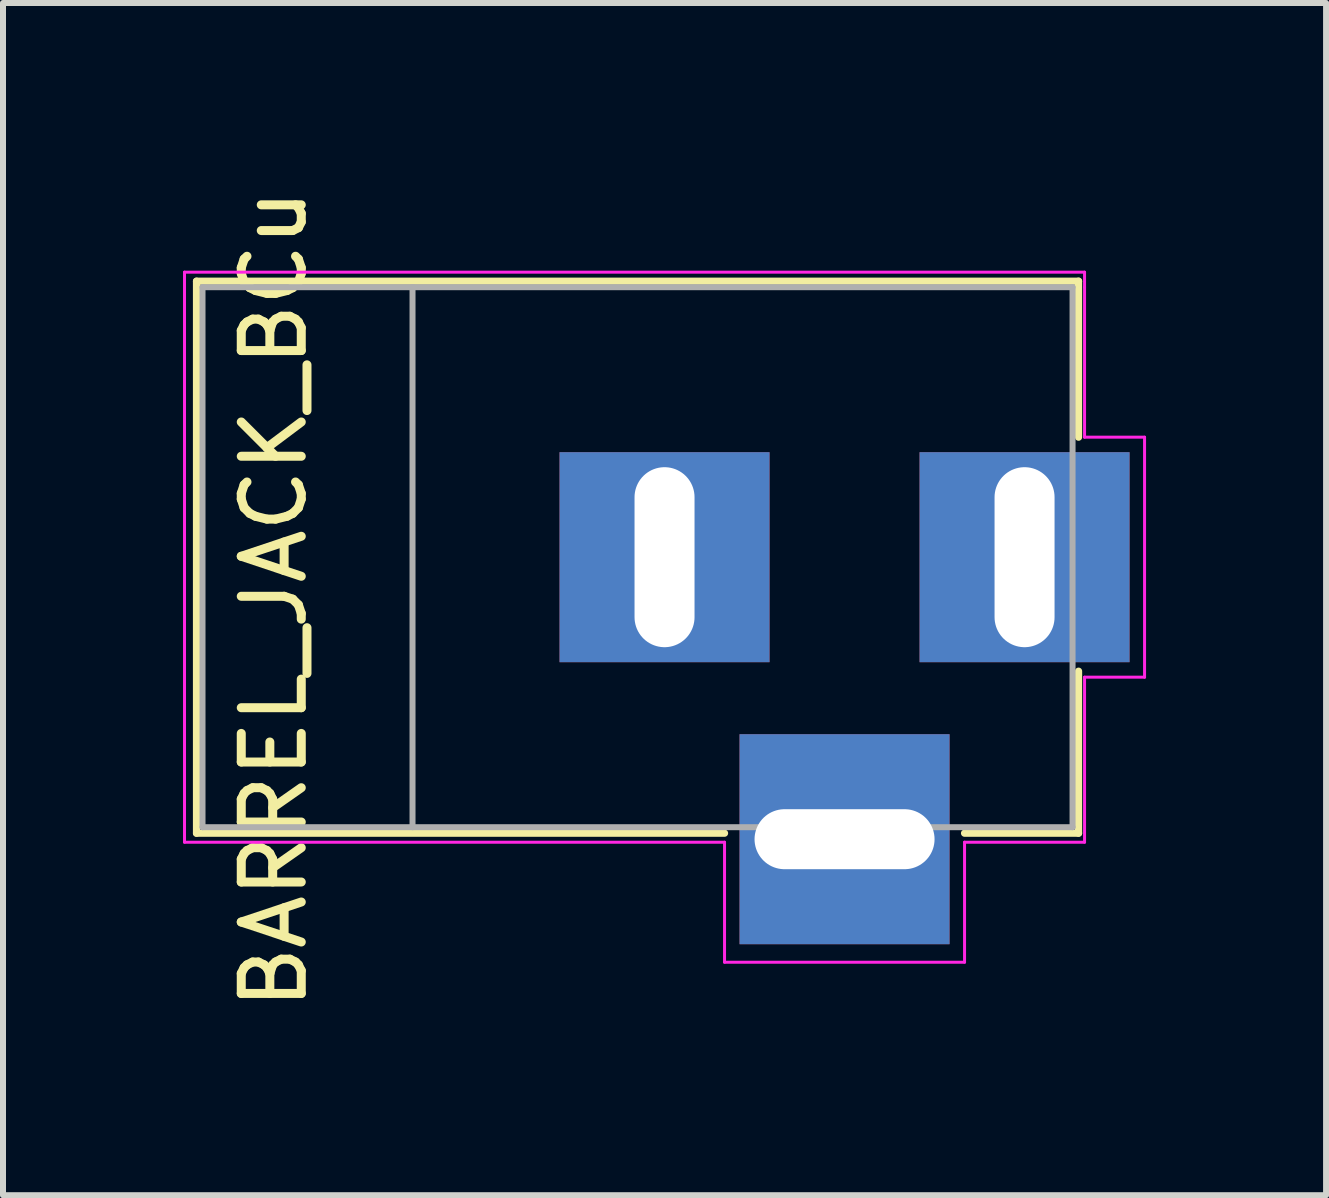
<source format=kicad_pcb>
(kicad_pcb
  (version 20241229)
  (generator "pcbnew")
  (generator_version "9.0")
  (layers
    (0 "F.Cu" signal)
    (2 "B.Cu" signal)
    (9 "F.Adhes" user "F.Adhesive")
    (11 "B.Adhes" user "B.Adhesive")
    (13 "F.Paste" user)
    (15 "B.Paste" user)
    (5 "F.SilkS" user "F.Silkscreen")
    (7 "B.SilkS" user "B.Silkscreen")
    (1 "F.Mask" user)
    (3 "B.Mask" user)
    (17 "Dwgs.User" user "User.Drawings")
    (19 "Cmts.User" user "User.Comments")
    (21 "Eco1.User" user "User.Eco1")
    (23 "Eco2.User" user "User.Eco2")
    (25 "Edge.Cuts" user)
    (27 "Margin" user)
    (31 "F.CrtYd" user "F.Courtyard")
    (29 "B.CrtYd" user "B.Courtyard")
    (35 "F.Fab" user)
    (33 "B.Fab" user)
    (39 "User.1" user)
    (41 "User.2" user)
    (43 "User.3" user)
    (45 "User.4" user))
  (footprint "BARREL_JACK_BCu"
    (layer "F.Cu")
    (at 14.025 6.236)
    (property "Reference" "BARREL_JACK_BCu" (at -12.509 0.699 270) (layer "F.SilkS") (effects (font (size 1 1) (thickness 0.15))))
    (attr through_hole)
    (fp_line (start -13.8 -4.6) (end 0.9 -4.6) (stroke (width 0.12) (type solid)) (layer "F.SilkS"))
    (fp_line (start -13.8 4.6) (end -13.8 -4.6) (stroke (width 0.12) (type solid)) (layer "F.SilkS"))
    (fp_line (start -5 4.6) (end -13.8 4.6) (stroke (width 0.12) (type solid)) (layer "F.SilkS"))
    (fp_line (start 0.9 -4.6) (end 0.9 -2) (stroke (width 0.12) (type solid)) (layer "F.SilkS"))
    (fp_line (start 0.9 1.9) (end 0.9 4.6) (stroke (width 0.12) (type solid)) (layer "F.SilkS"))
    (fp_line (start 0.9 4.6) (end -1 4.6) (stroke (width 0.12) (type solid)) (layer "F.SilkS"))
    (fp_line (start -14 4.75) (end -14 -4.75) (stroke (width 0.05) (type solid)) (layer "F.CrtYd"))
    (fp_line (start -5 4.75) (end -14 4.75) (stroke (width 0.05) (type solid)) (layer "F.CrtYd"))
    (fp_line (start -5 6.75) (end -5 4.75) (stroke (width 0.05) (type solid)) (layer "F.CrtYd"))
    (fp_line (start -1 4.75) (end -1 6.75) (stroke (width 0.05) (type solid)) (layer "F.CrtYd"))
    (fp_line (start -1 6.75) (end -5 6.75) (stroke (width 0.05) (type solid)) (layer "F.CrtYd"))
    (fp_line (start 1 -4.75) (end -14 -4.75) (stroke (width 0.05) (type solid)) (layer "F.CrtYd"))
    (fp_line (start 1 -4.5) (end 1 -4.75) (stroke (width 0.05) (type solid)) (layer "F.CrtYd"))
    (fp_line (start 1 -4.5) (end 1 -2) (stroke (width 0.05) (type solid)) (layer "F.CrtYd"))
    (fp_line (start 1 -2) (end 2 -2) (stroke (width 0.05) (type solid)) (layer "F.CrtYd"))
    (fp_line (start 1 2) (end 1 4.75) (stroke (width 0.05) (type solid)) (layer "F.CrtYd"))
    (fp_line (start 1 4.75) (end -1 4.75) (stroke (width 0.05) (type solid)) (layer "F.CrtYd"))
    (fp_line (start 2 -2) (end 2 2) (stroke (width 0.05) (type solid)) (layer "F.CrtYd"))
    (fp_line (start 2 2) (end 1 2) (stroke (width 0.05) (type solid)) (layer "F.CrtYd"))
    (fp_line (start -13.7 -4.5) (end -13.7 4.5) (stroke (width 0.1) (type solid)) (layer "F.Fab"))
    (fp_line (start -13.7 4.5) (end 0.8 4.5) (stroke (width 0.1) (type solid)) (layer "F.Fab"))
    (fp_line (start -10.2 -4.5) (end -10.2 4.5) (stroke (width 0.1) (type solid)) (layer "F.Fab"))
    (fp_line (start 0.8 -4.5) (end -13.7 -4.5) (stroke (width 0.1) (type solid)) (layer "F.Fab"))
    (fp_line (start 0.8 4.5) (end 0.8 -4.5) (stroke (width 0.1) (type solid)) (layer "F.Fab"))
    (pad "1" thru_hole rect (at 0 0) (size 3.5 3.5) (drill oval 1 3) (layers "*.Mask" "B.Cu"))
    (pad "2" thru_hole rect (at -6 0) (size 3.5 3.5) (drill oval 1 3) (layers "*.Mask" "B.Cu"))
    (pad "3" thru_hole rect (at -3 4.7) (size 3.5 3.5) (drill oval 3 1) (layers "*.Mask" "B.Cu")))
  (gr_rect
    (start -3 -3)
    (end 19.05 16.869)
    (stroke (width 0.1) (type default))
    (fill no)
    (layer "Edge.Cuts")))
</source>
